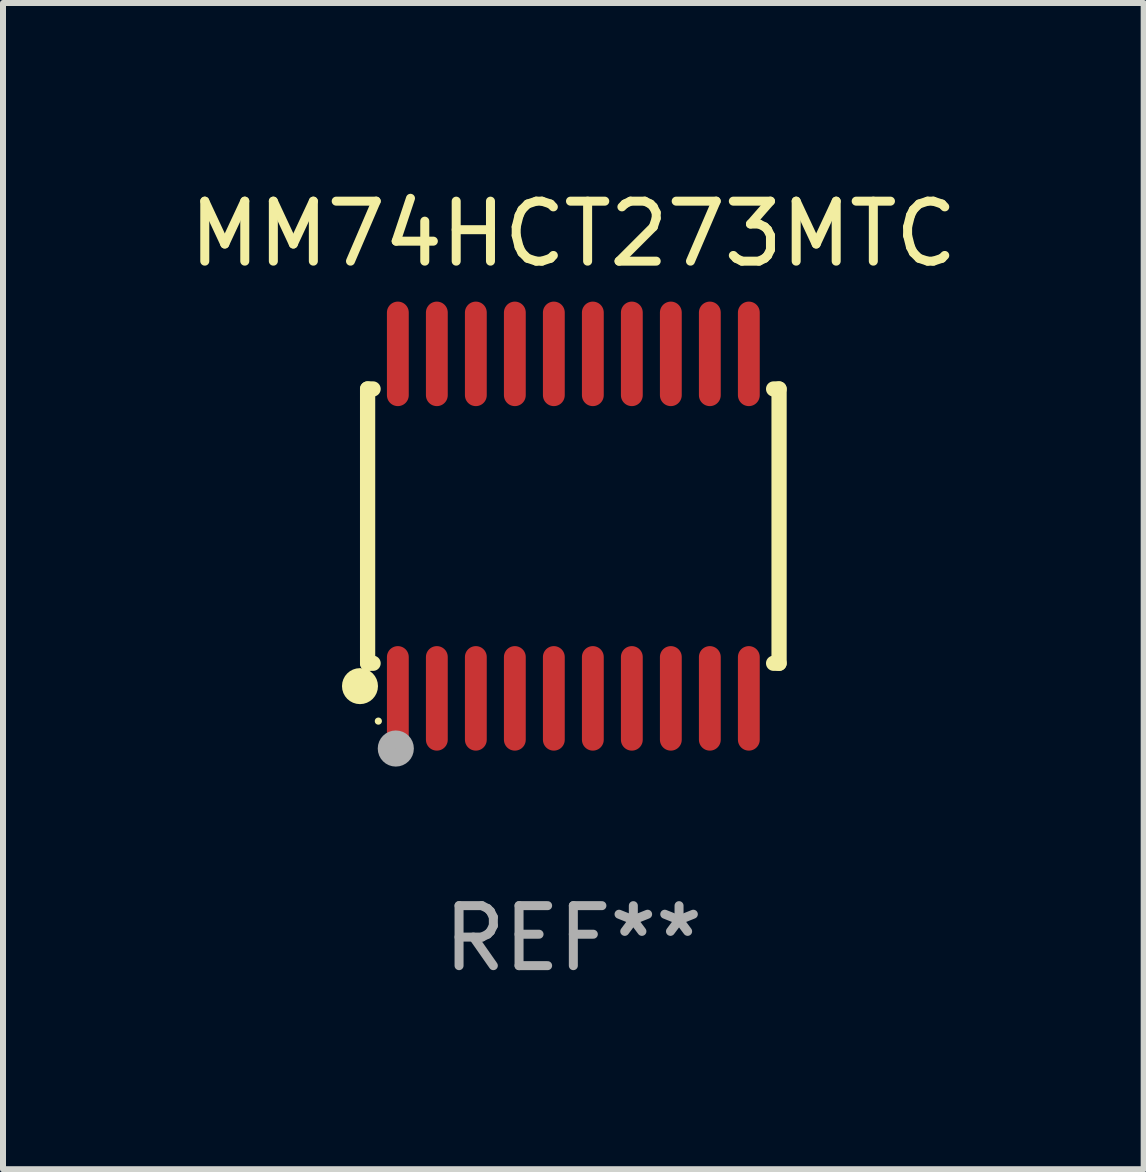
<source format=kicad_pcb>
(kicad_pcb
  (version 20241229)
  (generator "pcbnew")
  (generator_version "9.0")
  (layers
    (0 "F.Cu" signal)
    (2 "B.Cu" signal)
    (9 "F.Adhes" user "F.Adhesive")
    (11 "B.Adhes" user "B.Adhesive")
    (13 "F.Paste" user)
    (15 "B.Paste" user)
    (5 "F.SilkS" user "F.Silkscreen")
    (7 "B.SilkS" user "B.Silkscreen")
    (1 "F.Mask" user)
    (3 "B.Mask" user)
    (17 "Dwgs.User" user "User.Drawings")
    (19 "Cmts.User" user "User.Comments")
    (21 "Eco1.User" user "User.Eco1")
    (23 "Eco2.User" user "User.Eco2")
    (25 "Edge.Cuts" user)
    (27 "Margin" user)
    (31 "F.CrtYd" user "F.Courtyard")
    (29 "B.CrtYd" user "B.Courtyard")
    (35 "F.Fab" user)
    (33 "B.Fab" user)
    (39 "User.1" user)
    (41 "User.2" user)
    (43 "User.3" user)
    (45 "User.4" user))
  (footprint "MM74HCT273MTC"
    (layer "F.Cu")
    (at 6.506 5.719)
    (property "Reference" "MM74HCT273MTC" (at 0 -4.871 0) (layer "F.SilkS") (effects (font (size 1 1) (thickness 0.15))))
    (attr through_hole)
    (fp_line (start -3.429 -2.286) (end -3.429 2.286) (stroke (width 0.254) (type solid)) (layer "F.SilkS"))
    (fp_line (start -3.429 2.286) (end -3.338 2.286) (stroke (width 0.254) (type solid)) (layer "F.SilkS"))
    (fp_line (start -3.338 -2.286) (end -3.429 -2.286) (stroke (width 0.254) (type solid)) (layer "F.SilkS"))
    (fp_line (start 3.338 -2.286) (end 3.429 -2.286) (stroke (width 0.254) (type solid)) (layer "F.SilkS"))
    (fp_line (start 3.429 -2.286) (end 3.429 2.286) (stroke (width 0.254) (type solid)) (layer "F.SilkS"))
    (fp_line (start 3.429 2.286) (end 3.338 2.286) (stroke (width 0.254) (type solid)) (layer "F.SilkS"))
    (fp_circle (center -3.556 2.667) (end -3.406 2.667) (stroke (width 0.3) (type solid)) (fill no) (layer "F.SilkS"))
    (fp_circle (center -3.25 3.25) (end -3.22 3.25) (stroke (width 0.06) (type solid)) (fill no) (layer "F.SilkS"))
    (fp_circle (center -2.959 3.707) (end -2.808 3.707) (stroke (width 0.3) (type solid)) (fill no) (layer "F.Fab"))
    (fp_text user "REF**" (at 0 6.871 0) (layer "F.Fab") (effects (font (size 1 1) (thickness 0.15))))
    (pad "1" smd oval (at -2.925 2.871) (size 0.364 1.742) (layers "F.Cu" "F.Mask" "F.Paste"))
    (pad "2" smd oval (at -2.275 2.871) (size 0.364 1.742) (layers "F.Cu" "F.Mask" "F.Paste"))
    (pad "3" smd oval (at -1.625 2.871) (size 0.364 1.742) (layers "F.Cu" "F.Mask" "F.Paste"))
    (pad "4" smd oval (at -0.975 2.871) (size 0.364 1.742) (layers "F.Cu" "F.Mask" "F.Paste"))
    (pad "5" smd oval (at -0.325 2.871) (size 0.364 1.742) (layers "F.Cu" "F.Mask" "F.Paste"))
    (pad "6" smd oval (at 0.325 2.871) (size 0.364 1.742) (layers "F.Cu" "F.Mask" "F.Paste"))
    (pad "7" smd oval (at 0.975 2.871) (size 0.364 1.742) (layers "F.Cu" "F.Mask" "F.Paste"))
    (pad "8" smd oval (at 1.625 2.871) (size 0.364 1.742) (layers "F.Cu" "F.Mask" "F.Paste"))
    (pad "9" smd oval (at 2.275 2.871) (size 0.364 1.742) (layers "F.Cu" "F.Mask" "F.Paste"))
    (pad "10" smd oval (at 2.925 2.871) (size 0.364 1.742) (layers "F.Cu" "F.Mask" "F.Paste"))
    (pad "11" smd oval (at 2.925 -2.871) (size 0.364 1.742) (layers "F.Cu" "F.Mask" "F.Paste"))
    (pad "12" smd oval (at 2.275 -2.871) (size 0.364 1.742) (layers "F.Cu" "F.Mask" "F.Paste"))
    (pad "13" smd oval (at 1.625 -2.871) (size 0.364 1.742) (layers "F.Cu" "F.Mask" "F.Paste"))
    (pad "14" smd oval (at 0.975 -2.871) (size 0.364 1.742) (layers "F.Cu" "F.Mask" "F.Paste"))
    (pad "15" smd oval (at 0.325 -2.871) (size 0.364 1.742) (layers "F.Cu" "F.Mask" "F.Paste"))
    (pad "16" smd oval (at -0.325 -2.871) (size 0.364 1.742) (layers "F.Cu" "F.Mask" "F.Paste"))
    (pad "17" smd oval (at -0.975 -2.871) (size 0.364 1.742) (layers "F.Cu" "F.Mask" "F.Paste"))
    (pad "18" smd oval (at -1.625 -2.871) (size 0.364 1.742) (layers "F.Cu" "F.Mask" "F.Paste"))
    (pad "19" smd oval (at -2.275 -2.871) (size 0.364 1.742) (layers "F.Cu" "F.Mask" "F.Paste"))
    (pad "20" smd oval (at -2.925 -2.871) (size 0.364 1.742) (layers "F.Cu" "F.Mask" "F.Paste")))
  (gr_rect
    (start -3 -3)
    (end 16.012 16.438)
    (stroke (width 0.1) (type default))
    (fill no)
    (layer "Edge.Cuts")))
</source>
